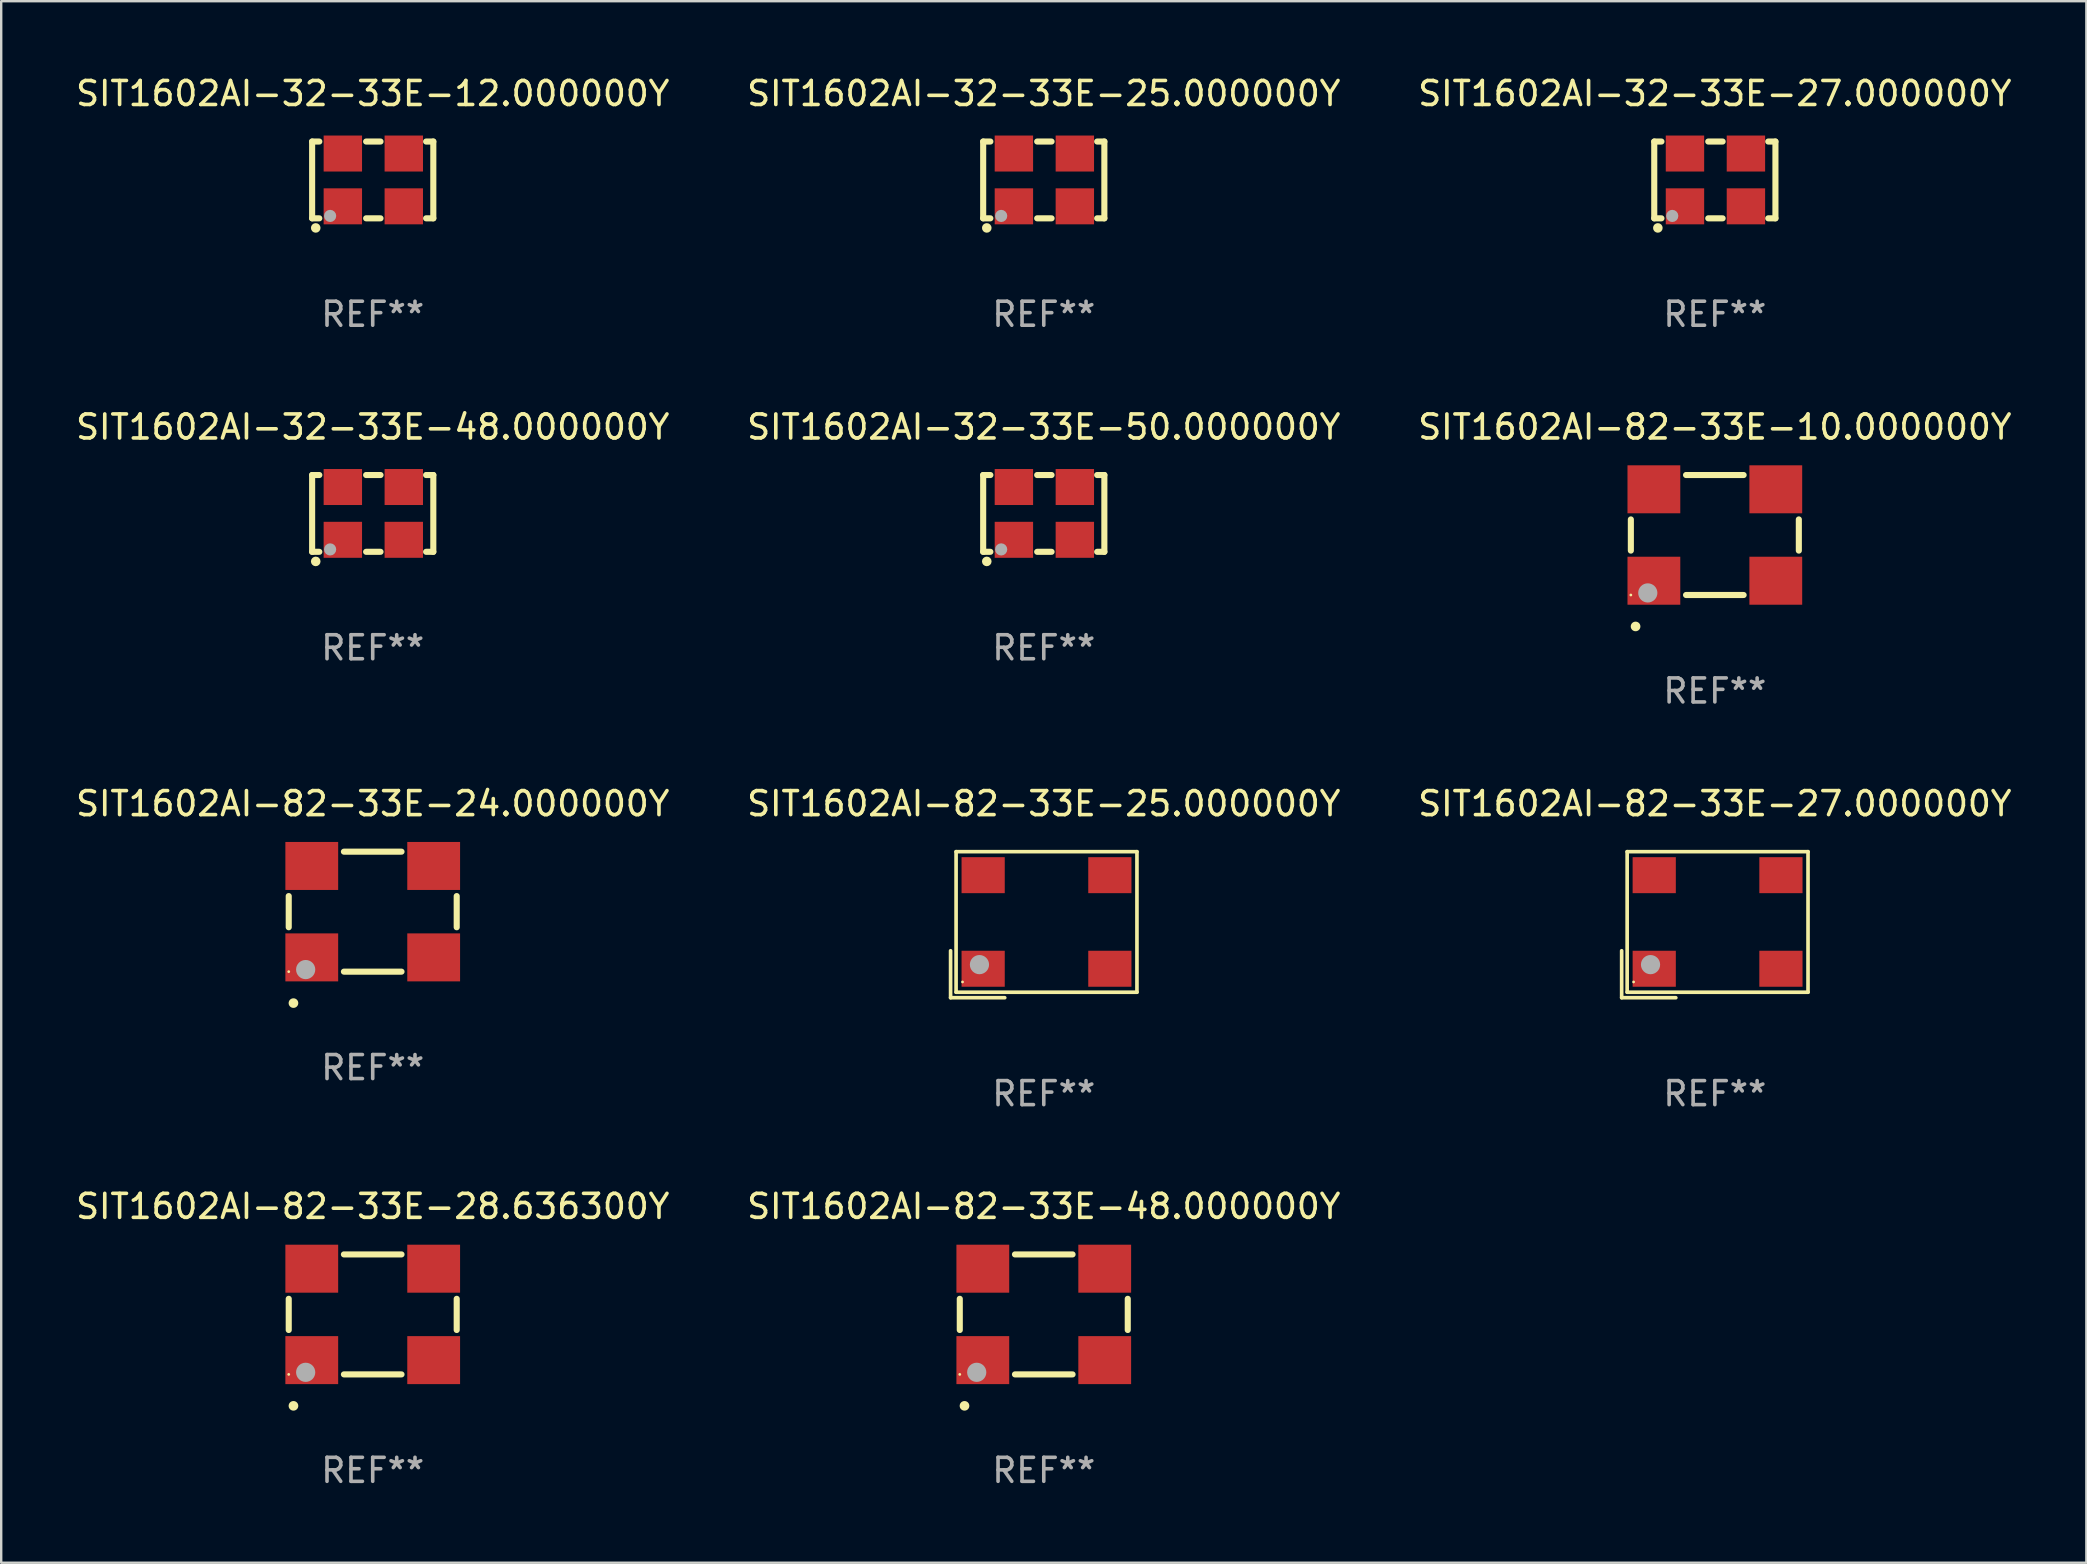
<source format=kicad_pcb>
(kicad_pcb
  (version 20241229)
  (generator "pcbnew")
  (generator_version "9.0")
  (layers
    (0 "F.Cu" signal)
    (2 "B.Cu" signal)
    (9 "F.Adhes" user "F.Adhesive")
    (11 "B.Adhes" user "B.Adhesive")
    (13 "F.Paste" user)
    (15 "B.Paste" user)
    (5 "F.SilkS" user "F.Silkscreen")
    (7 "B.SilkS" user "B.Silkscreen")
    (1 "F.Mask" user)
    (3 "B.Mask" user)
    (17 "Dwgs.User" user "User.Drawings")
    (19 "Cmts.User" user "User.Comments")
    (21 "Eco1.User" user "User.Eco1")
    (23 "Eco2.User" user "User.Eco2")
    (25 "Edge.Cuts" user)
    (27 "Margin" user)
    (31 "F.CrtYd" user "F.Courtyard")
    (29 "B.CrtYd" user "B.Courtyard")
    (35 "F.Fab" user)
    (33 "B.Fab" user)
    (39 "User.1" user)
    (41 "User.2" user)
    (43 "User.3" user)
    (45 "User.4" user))
  (footprint "SIT1602AI-32-33E-48.000000Y"
    (layer "F.Cu")
    (at 12.482 18.345)
    (property "Reference" "SIT1602AI-32-33E-48.000000Y" (at 0 -3.6 0) (layer "F.SilkS") (effects (font (size 1 1) (thickness 0.15))))
    (attr through_hole)
    (fp_line (start -2.525 -1.6) (end -2.225 -1.6) (stroke (width 0.254) (type solid)) (layer "F.SilkS"))
    (fp_line (start -2.525 1.6) (end -2.525 -1.6) (stroke (width 0.254) (type solid)) (layer "F.SilkS"))
    (fp_line (start -2.225 1.6) (end -2.525 1.6) (stroke (width 0.254) (type solid)) (layer "F.SilkS"))
    (fp_line (start -0.275 -1.6) (end 0.325 -1.6) (stroke (width 0.254) (type solid)) (layer "F.SilkS"))
    (fp_line (start -0.275 1.6) (end 0.325 1.6) (stroke (width 0.254) (type solid)) (layer "F.SilkS"))
    (fp_line (start 2.225 -1.6) (end 2.525 -1.6) (stroke (width 0.254) (type solid)) (layer "F.SilkS"))
    (fp_line (start 2.525 -1.6) (end 2.525 1.6) (stroke (width 0.254) (type solid)) (layer "F.SilkS"))
    (fp_line (start 2.525 1.6) (end 2.225 1.6) (stroke (width 0.254) (type solid)) (layer "F.SilkS"))
    (fp_circle (center -2.475 1.65) (end -2.445 1.65) (stroke (width 0.06) (type solid)) (fill no) (layer "F.SilkS"))
    (fp_circle (center -2.375 2) (end -2.275 2) (stroke (width 0.2) (type solid)) (fill no) (layer "F.SilkS"))
    (fp_circle (center -1.775 1.5) (end -1.648 1.5) (stroke (width 0.254) (type solid)) (fill no) (layer "F.Fab"))
    (fp_text user "REF**" (at 0 5.6 0) (layer "F.Fab") (effects (font (size 1 1) (thickness 0.15))))
    (pad "1" smd rect (at -1.245 1.1) (size 1.6 1.5) (layers "F.Cu" "F.Mask" "F.Paste"))
    (pad "2" smd rect (at 1.295 1.1) (size 1.6 1.5) (layers "F.Cu" "F.Mask" "F.Paste"))
    (pad "3" smd rect (at 1.295 -1.1 180) (size 1.6 1.5) (layers "F.Cu" "F.Mask" "F.Paste"))
    (pad "4" smd rect (at -1.245 -1.1) (size 1.6 1.5) (layers "F.Cu" "F.Mask" "F.Paste")))
  (footprint "SIT1602AI-82-33E-25.000000Y"
    (layer "F.Cu")
    (at 40.446 35.484)
    (property "Reference" "SIT1602AI-82-33E-25.000000Y" (at 0 -5.043 0) (layer "F.SilkS") (effects (font (size 1 1) (thickness 0.15))))
    (attr through_hole)
    (fp_line (start -3.883 1.086) (end -3.883 3.043) (stroke (width 0.152) (type solid)) (layer "F.SilkS"))
    (fp_line (start -3.883 3.043) (end -1.626 3.043) (stroke (width 0.152) (type solid)) (layer "F.SilkS"))
    (fp_line (start -3.654 -3.043) (end 3.883 -3.043) (stroke (width 0.152) (type solid)) (layer "F.SilkS"))
    (fp_line (start -3.654 2.814) (end -3.654 -3.043) (stroke (width 0.152) (type solid)) (layer "F.SilkS"))
    (fp_line (start 3.883 -3.043) (end 3.883 2.814) (stroke (width 0.152) (type solid)) (layer "F.SilkS"))
    (fp_line (start 3.883 2.814) (end -3.654 2.814) (stroke (width 0.152) (type solid)) (layer "F.SilkS"))
    (fp_circle (center -3.386 2.386) (end -3.356 2.386) (stroke (width 0.06) (type solid)) (fill no) (layer "F.SilkS"))
    (fp_circle (center -2.68 1.664) (end -2.48 1.664) (stroke (width 0.4) (type solid)) (fill no) (layer "F.Fab"))
    (fp_text user "REF**" (at 0 7.043 0) (layer "F.Fab") (effects (font (size 1 1) (thickness 0.15))))
    (pad "1" smd rect (at -2.526 1.836) (size 1.8 1.5) (layers "F.Cu" "F.Mask" "F.Paste"))
    (pad "2" smd rect (at 2.754 1.836) (size 1.8 1.5) (layers "F.Cu" "F.Mask" "F.Paste"))
    (pad "3" smd rect (at 2.754 -2.064) (size 1.8 1.5) (layers "F.Cu" "F.Mask" "F.Paste"))
    (pad "4" smd rect (at -2.526 -2.064) (size 1.8 1.5) (layers "F.Cu" "F.Mask" "F.Paste")))
  (footprint "SIT1602AI-82-33E-27.000000Y"
    (layer "F.Cu")
    (at 68.411 35.484)
    (property "Reference" "SIT1602AI-82-33E-27.000000Y" (at 0 -5.043 0) (layer "F.SilkS") (effects (font (size 1 1) (thickness 0.15))))
    (attr through_hole)
    (fp_line (start -3.883 1.086) (end -3.883 3.043) (stroke (width 0.152) (type solid)) (layer "F.SilkS"))
    (fp_line (start -3.883 3.043) (end -1.626 3.043) (stroke (width 0.152) (type solid)) (layer "F.SilkS"))
    (fp_line (start -3.654 -3.043) (end 3.883 -3.043) (stroke (width 0.152) (type solid)) (layer "F.SilkS"))
    (fp_line (start -3.654 2.814) (end -3.654 -3.043) (stroke (width 0.152) (type solid)) (layer "F.SilkS"))
    (fp_line (start 3.883 -3.043) (end 3.883 2.814) (stroke (width 0.152) (type solid)) (layer "F.SilkS"))
    (fp_line (start 3.883 2.814) (end -3.654 2.814) (stroke (width 0.152) (type solid)) (layer "F.SilkS"))
    (fp_circle (center -3.386 2.386) (end -3.356 2.386) (stroke (width 0.06) (type solid)) (fill no) (layer "F.SilkS"))
    (fp_circle (center -2.68 1.664) (end -2.48 1.664) (stroke (width 0.4) (type solid)) (fill no) (layer "F.Fab"))
    (fp_text user "REF**" (at 0 7.043 0) (layer "F.Fab") (effects (font (size 1 1) (thickness 0.15))))
    (pad "1" smd rect (at -2.526 1.836) (size 1.8 1.5) (layers "F.Cu" "F.Mask" "F.Paste"))
    (pad "2" smd rect (at 2.754 1.836) (size 1.8 1.5) (layers "F.Cu" "F.Mask" "F.Paste"))
    (pad "3" smd rect (at 2.754 -2.064) (size 1.8 1.5) (layers "F.Cu" "F.Mask" "F.Paste"))
    (pad "4" smd rect (at -2.526 -2.064) (size 1.8 1.5) (layers "F.Cu" "F.Mask" "F.Paste")))
  (footprint "SIT1602AI-32-33E-27.000000Y"
    (layer "F.Cu")
    (at 68.411 4.448)
    (property "Reference" "SIT1602AI-32-33E-27.000000Y" (at 0 -3.6 0) (layer "F.SilkS") (effects (font (size 1 1) (thickness 0.15))))
    (attr through_hole)
    (fp_line (start -2.525 -1.6) (end -2.225 -1.6) (stroke (width 0.254) (type solid)) (layer "F.SilkS"))
    (fp_line (start -2.525 1.6) (end -2.525 -1.6) (stroke (width 0.254) (type solid)) (layer "F.SilkS"))
    (fp_line (start -2.225 1.6) (end -2.525 1.6) (stroke (width 0.254) (type solid)) (layer "F.SilkS"))
    (fp_line (start -0.275 -1.6) (end 0.325 -1.6) (stroke (width 0.254) (type solid)) (layer "F.SilkS"))
    (fp_line (start -0.275 1.6) (end 0.325 1.6) (stroke (width 0.254) (type solid)) (layer "F.SilkS"))
    (fp_line (start 2.225 -1.6) (end 2.525 -1.6) (stroke (width 0.254) (type solid)) (layer "F.SilkS"))
    (fp_line (start 2.525 -1.6) (end 2.525 1.6) (stroke (width 0.254) (type solid)) (layer "F.SilkS"))
    (fp_line (start 2.525 1.6) (end 2.225 1.6) (stroke (width 0.254) (type solid)) (layer "F.SilkS"))
    (fp_circle (center -2.475 1.65) (end -2.445 1.65) (stroke (width 0.06) (type solid)) (fill no) (layer "F.SilkS"))
    (fp_circle (center -2.375 2) (end -2.275 2) (stroke (width 0.2) (type solid)) (fill no) (layer "F.SilkS"))
    (fp_circle (center -1.775 1.5) (end -1.648 1.5) (stroke (width 0.254) (type solid)) (fill no) (layer "F.Fab"))
    (fp_text user "REF**" (at 0 5.6 0) (layer "F.Fab") (effects (font (size 1 1) (thickness 0.15))))
    (pad "1" smd rect (at -1.245 1.1) (size 1.6 1.5) (layers "F.Cu" "F.Mask" "F.Paste"))
    (pad "2" smd rect (at 1.295 1.1) (size 1.6 1.5) (layers "F.Cu" "F.Mask" "F.Paste"))
    (pad "3" smd rect (at 1.295 -1.1 180) (size 1.6 1.5) (layers "F.Cu" "F.Mask" "F.Paste"))
    (pad "4" smd rect (at -1.245 -1.1) (size 1.6 1.5) (layers "F.Cu" "F.Mask" "F.Paste")))
  (footprint "SIT1602AI-82-33E-28.636300Y"
    (layer "F.Cu")
    (at 12.482 51.724)
    (property "Reference" "SIT1602AI-82-33E-28.636300Y" (at 0 -4.5 0) (layer "F.SilkS") (effects (font (size 1 1) (thickness 0.15))))
    (attr through_hole)
    (fp_line (start -3.5 0.65) (end -3.5 -0.65) (stroke (width 0.254) (type solid)) (layer "F.SilkS"))
    (fp_line (start 1.2 -2.5) (end -1.2 -2.5) (stroke (width 0.254) (type solid)) (layer "F.SilkS"))
    (fp_line (start 1.2 2.5) (end -1.2 2.5) (stroke (width 0.254) (type solid)) (layer "F.SilkS"))
    (fp_line (start 3.5 0.65) (end 3.5 -0.65) (stroke (width 0.254) (type solid)) (layer "F.SilkS"))
    (fp_arc (start -3.304547 3.81016) (mid -3.303277 3.810156) (end -3.302007 3.81016) (stroke (width 0.4) (type solid)) (layer "F.SilkS"))
    (fp_circle (center -3.5 2.5) (end -3.47 2.5) (stroke (width 0.06) (type solid)) (fill no) (layer "F.SilkS"))
    (fp_circle (center -2.794 2.413) (end -2.594 2.413) (stroke (width 0.4) (type solid)) (fill no) (layer "F.Fab"))
    (fp_text user "REF**" (at 0 6.5 0) (layer "F.Fab") (effects (font (size 1 1) (thickness 0.15))))
    (pad "1" smd rect (at -2.54 1.905 180) (size 2.2 2) (layers "F.Cu" "F.Mask" "F.Paste"))
    (pad "2" smd rect (at 2.54 1.905 180) (size 2.2 2) (layers "F.Cu" "F.Mask" "F.Paste"))
    (pad "3" smd rect (at 2.54 -1.905 180) (size 2.2 2) (layers "F.Cu" "F.Mask" "F.Paste"))
    (pad "4" smd rect (at -2.54 -1.905 180) (size 2.2 2) (layers "F.Cu" "F.Mask" "F.Paste")))
  (footprint "SIT1602AI-32-33E-25.000000Y"
    (layer "F.Cu")
    (at 40.446 4.448)
    (property "Reference" "SIT1602AI-32-33E-25.000000Y" (at 0 -3.6 0) (layer "F.SilkS") (effects (font (size 1 1) (thickness 0.15))))
    (attr through_hole)
    (fp_line (start -2.525 -1.6) (end -2.225 -1.6) (stroke (width 0.254) (type solid)) (layer "F.SilkS"))
    (fp_line (start -2.525 1.6) (end -2.525 -1.6) (stroke (width 0.254) (type solid)) (layer "F.SilkS"))
    (fp_line (start -2.225 1.6) (end -2.525 1.6) (stroke (width 0.254) (type solid)) (layer "F.SilkS"))
    (fp_line (start -0.275 -1.6) (end 0.325 -1.6) (stroke (width 0.254) (type solid)) (layer "F.SilkS"))
    (fp_line (start -0.275 1.6) (end 0.325 1.6) (stroke (width 0.254) (type solid)) (layer "F.SilkS"))
    (fp_line (start 2.225 -1.6) (end 2.525 -1.6) (stroke (width 0.254) (type solid)) (layer "F.SilkS"))
    (fp_line (start 2.525 -1.6) (end 2.525 1.6) (stroke (width 0.254) (type solid)) (layer "F.SilkS"))
    (fp_line (start 2.525 1.6) (end 2.225 1.6) (stroke (width 0.254) (type solid)) (layer "F.SilkS"))
    (fp_circle (center -2.475 1.65) (end -2.445 1.65) (stroke (width 0.06) (type solid)) (fill no) (layer "F.SilkS"))
    (fp_circle (center -2.375 2) (end -2.275 2) (stroke (width 0.2) (type solid)) (fill no) (layer "F.SilkS"))
    (fp_circle (center -1.775 1.5) (end -1.648 1.5) (stroke (width 0.254) (type solid)) (fill no) (layer "F.Fab"))
    (fp_text user "REF**" (at 0 5.6 0) (layer "F.Fab") (effects (font (size 1 1) (thickness 0.15))))
    (pad "1" smd rect (at -1.245 1.1) (size 1.6 1.5) (layers "F.Cu" "F.Mask" "F.Paste"))
    (pad "2" smd rect (at 1.295 1.1) (size 1.6 1.5) (layers "F.Cu" "F.Mask" "F.Paste"))
    (pad "3" smd rect (at 1.295 -1.1 180) (size 1.6 1.5) (layers "F.Cu" "F.Mask" "F.Paste"))
    (pad "4" smd rect (at -1.245 -1.1) (size 1.6 1.5) (layers "F.Cu" "F.Mask" "F.Paste")))
  (footprint "SIT1602AI-82-33E-10.000000Y"
    (layer "F.Cu")
    (at 68.411 19.245)
    (property "Reference" "SIT1602AI-82-33E-10.000000Y" (at 0 -4.5 0) (layer "F.SilkS") (effects (font (size 1 1) (thickness 0.15))))
    (attr through_hole)
    (fp_line (start -3.5 0.65) (end -3.5 -0.65) (stroke (width 0.254) (type solid)) (layer "F.SilkS"))
    (fp_line (start 1.2 -2.5) (end -1.2 -2.5) (stroke (width 0.254) (type solid)) (layer "F.SilkS"))
    (fp_line (start 1.2 2.5) (end -1.2 2.5) (stroke (width 0.254) (type solid)) (layer "F.SilkS"))
    (fp_line (start 3.5 0.65) (end 3.5 -0.65) (stroke (width 0.254) (type solid)) (layer "F.SilkS"))
    (fp_arc (start -3.304547 3.81016) (mid -3.303277 3.810156) (end -3.302007 3.81016) (stroke (width 0.4) (type solid)) (layer "F.SilkS"))
    (fp_circle (center -3.5 2.5) (end -3.47 2.5) (stroke (width 0.06) (type solid)) (fill no) (layer "F.SilkS"))
    (fp_circle (center -2.794 2.413) (end -2.594 2.413) (stroke (width 0.4) (type solid)) (fill no) (layer "F.Fab"))
    (fp_text user "REF**" (at 0 6.5 0) (layer "F.Fab") (effects (font (size 1 1) (thickness 0.15))))
    (pad "1" smd rect (at -2.54 1.905 180) (size 2.2 2) (layers "F.Cu" "F.Mask" "F.Paste"))
    (pad "2" smd rect (at 2.54 1.905 180) (size 2.2 2) (layers "F.Cu" "F.Mask" "F.Paste"))
    (pad "3" smd rect (at 2.54 -1.905 180) (size 2.2 2) (layers "F.Cu" "F.Mask" "F.Paste"))
    (pad "4" smd rect (at -2.54 -1.905 180) (size 2.2 2) (layers "F.Cu" "F.Mask" "F.Paste")))
  (footprint "SIT1602AI-82-33E-48.000000Y"
    (layer "F.Cu")
    (at 40.446 51.724)
    (property "Reference" "SIT1602AI-82-33E-48.000000Y" (at 0 -4.5 0) (layer "F.SilkS") (effects (font (size 1 1) (thickness 0.15))))
    (attr through_hole)
    (fp_line (start -3.5 0.65) (end -3.5 -0.65) (stroke (width 0.254) (type solid)) (layer "F.SilkS"))
    (fp_line (start 1.2 -2.5) (end -1.2 -2.5) (stroke (width 0.254) (type solid)) (layer "F.SilkS"))
    (fp_line (start 1.2 2.5) (end -1.2 2.5) (stroke (width 0.254) (type solid)) (layer "F.SilkS"))
    (fp_line (start 3.5 0.65) (end 3.5 -0.65) (stroke (width 0.254) (type solid)) (layer "F.SilkS"))
    (fp_arc (start -3.304547 3.81016) (mid -3.303277 3.810156) (end -3.302007 3.81016) (stroke (width 0.4) (type solid)) (layer "F.SilkS"))
    (fp_circle (center -3.5 2.5) (end -3.47 2.5) (stroke (width 0.06) (type solid)) (fill no) (layer "F.SilkS"))
    (fp_circle (center -2.794 2.413) (end -2.594 2.413) (stroke (width 0.4) (type solid)) (fill no) (layer "F.Fab"))
    (fp_text user "REF**" (at 0 6.5 0) (layer "F.Fab") (effects (font (size 1 1) (thickness 0.15))))
    (pad "1" smd rect (at -2.54 1.905 180) (size 2.2 2) (layers "F.Cu" "F.Mask" "F.Paste"))
    (pad "2" smd rect (at 2.54 1.905 180) (size 2.2 2) (layers "F.Cu" "F.Mask" "F.Paste"))
    (pad "3" smd rect (at 2.54 -1.905 180) (size 2.2 2) (layers "F.Cu" "F.Mask" "F.Paste"))
    (pad "4" smd rect (at -2.54 -1.905 180) (size 2.2 2) (layers "F.Cu" "F.Mask" "F.Paste")))
  (footprint "SIT1602AI-32-33E-50.000000Y"
    (layer "F.Cu")
    (at 40.446 18.345)
    (property "Reference" "SIT1602AI-32-33E-50.000000Y" (at 0 -3.6 0) (layer "F.SilkS") (effects (font (size 1 1) (thickness 0.15))))
    (attr through_hole)
    (fp_line (start -2.525 -1.6) (end -2.225 -1.6) (stroke (width 0.254) (type solid)) (layer "F.SilkS"))
    (fp_line (start -2.525 1.6) (end -2.525 -1.6) (stroke (width 0.254) (type solid)) (layer "F.SilkS"))
    (fp_line (start -2.225 1.6) (end -2.525 1.6) (stroke (width 0.254) (type solid)) (layer "F.SilkS"))
    (fp_line (start -0.275 -1.6) (end 0.325 -1.6) (stroke (width 0.254) (type solid)) (layer "F.SilkS"))
    (fp_line (start -0.275 1.6) (end 0.325 1.6) (stroke (width 0.254) (type solid)) (layer "F.SilkS"))
    (fp_line (start 2.225 -1.6) (end 2.525 -1.6) (stroke (width 0.254) (type solid)) (layer "F.SilkS"))
    (fp_line (start 2.525 -1.6) (end 2.525 1.6) (stroke (width 0.254) (type solid)) (layer "F.SilkS"))
    (fp_line (start 2.525 1.6) (end 2.225 1.6) (stroke (width 0.254) (type solid)) (layer "F.SilkS"))
    (fp_circle (center -2.475 1.65) (end -2.445 1.65) (stroke (width 0.06) (type solid)) (fill no) (layer "F.SilkS"))
    (fp_circle (center -2.375 2) (end -2.275 2) (stroke (width 0.2) (type solid)) (fill no) (layer "F.SilkS"))
    (fp_circle (center -1.775 1.5) (end -1.648 1.5) (stroke (width 0.254) (type solid)) (fill no) (layer "F.Fab"))
    (fp_text user "REF**" (at 0 5.6 0) (layer "F.Fab") (effects (font (size 1 1) (thickness 0.15))))
    (pad "1" smd rect (at -1.245 1.1) (size 1.6 1.5) (layers "F.Cu" "F.Mask" "F.Paste"))
    (pad "2" smd rect (at 1.295 1.1) (size 1.6 1.5) (layers "F.Cu" "F.Mask" "F.Paste"))
    (pad "3" smd rect (at 1.295 -1.1 180) (size 1.6 1.5) (layers "F.Cu" "F.Mask" "F.Paste"))
    (pad "4" smd rect (at -1.245 -1.1) (size 1.6 1.5) (layers "F.Cu" "F.Mask" "F.Paste")))
  (footprint "SIT1602AI-82-33E-24.000000Y"
    (layer "F.Cu")
    (at 12.482 34.941)
    (property "Reference" "SIT1602AI-82-33E-24.000000Y" (at 0 -4.5 0) (layer "F.SilkS") (effects (font (size 1 1) (thickness 0.15))))
    (attr through_hole)
    (fp_line (start -3.5 0.65) (end -3.5 -0.65) (stroke (width 0.254) (type solid)) (layer "F.SilkS"))
    (fp_line (start 1.2 -2.5) (end -1.2 -2.5) (stroke (width 0.254) (type solid)) (layer "F.SilkS"))
    (fp_line (start 1.2 2.5) (end -1.2 2.5) (stroke (width 0.254) (type solid)) (layer "F.SilkS"))
    (fp_line (start 3.5 0.65) (end 3.5 -0.65) (stroke (width 0.254) (type solid)) (layer "F.SilkS"))
    (fp_arc (start -3.304547 3.81016) (mid -3.303277 3.810156) (end -3.302007 3.81016) (stroke (width 0.4) (type solid)) (layer "F.SilkS"))
    (fp_circle (center -3.5 2.5) (end -3.47 2.5) (stroke (width 0.06) (type solid)) (fill no) (layer "F.SilkS"))
    (fp_circle (center -2.794 2.413) (end -2.594 2.413) (stroke (width 0.4) (type solid)) (fill no) (layer "F.Fab"))
    (fp_text user "REF**" (at 0 6.5 0) (layer "F.Fab") (effects (font (size 1 1) (thickness 0.15))))
    (pad "1" smd rect (at -2.54 1.905 180) (size 2.2 2) (layers "F.Cu" "F.Mask" "F.Paste"))
    (pad "2" smd rect (at 2.54 1.905 180) (size 2.2 2) (layers "F.Cu" "F.Mask" "F.Paste"))
    (pad "3" smd rect (at 2.54 -1.905 180) (size 2.2 2) (layers "F.Cu" "F.Mask" "F.Paste"))
    (pad "4" smd rect (at -2.54 -1.905 180) (size 2.2 2) (layers "F.Cu" "F.Mask" "F.Paste")))
  (footprint "SIT1602AI-32-33E-12.000000Y"
    (layer "F.Cu")
    (at 12.482 4.448)
    (property "Reference" "SIT1602AI-32-33E-12.000000Y" (at 0 -3.6 0) (layer "F.SilkS") (effects (font (size 1 1) (thickness 0.15))))
    (attr through_hole)
    (fp_line (start -2.525 -1.6) (end -2.225 -1.6) (stroke (width 0.254) (type solid)) (layer "F.SilkS"))
    (fp_line (start -2.525 1.6) (end -2.525 -1.6) (stroke (width 0.254) (type solid)) (layer "F.SilkS"))
    (fp_line (start -2.225 1.6) (end -2.525 1.6) (stroke (width 0.254) (type solid)) (layer "F.SilkS"))
    (fp_line (start -0.275 -1.6) (end 0.325 -1.6) (stroke (width 0.254) (type solid)) (layer "F.SilkS"))
    (fp_line (start -0.275 1.6) (end 0.325 1.6) (stroke (width 0.254) (type solid)) (layer "F.SilkS"))
    (fp_line (start 2.225 -1.6) (end 2.525 -1.6) (stroke (width 0.254) (type solid)) (layer "F.SilkS"))
    (fp_line (start 2.525 -1.6) (end 2.525 1.6) (stroke (width 0.254) (type solid)) (layer "F.SilkS"))
    (fp_line (start 2.525 1.6) (end 2.225 1.6) (stroke (width 0.254) (type solid)) (layer "F.SilkS"))
    (fp_circle (center -2.475 1.65) (end -2.445 1.65) (stroke (width 0.06) (type solid)) (fill no) (layer "F.SilkS"))
    (fp_circle (center -2.375 2) (end -2.275 2) (stroke (width 0.2) (type solid)) (fill no) (layer "F.SilkS"))
    (fp_circle (center -1.775 1.5) (end -1.648 1.5) (stroke (width 0.254) (type solid)) (fill no) (layer "F.Fab"))
    (fp_text user "REF**" (at 0 5.6 0) (layer "F.Fab") (effects (font (size 1 1) (thickness 0.15))))
    (pad "1" smd rect (at -1.245 1.1) (size 1.6 1.5) (layers "F.Cu" "F.Mask" "F.Paste"))
    (pad "2" smd rect (at 1.295 1.1) (size 1.6 1.5) (layers "F.Cu" "F.Mask" "F.Paste"))
    (pad "3" smd rect (at 1.295 -1.1 180) (size 1.6 1.5) (layers "F.Cu" "F.Mask" "F.Paste"))
    (pad "4" smd rect (at -1.245 -1.1) (size 1.6 1.5) (layers "F.Cu" "F.Mask" "F.Paste")))
  (gr_rect
    (start -3 -3)
    (end 83.893 62.072)
    (stroke (width 0.1) (type default))
    (fill no)
    (layer "Edge.Cuts")))
</source>
